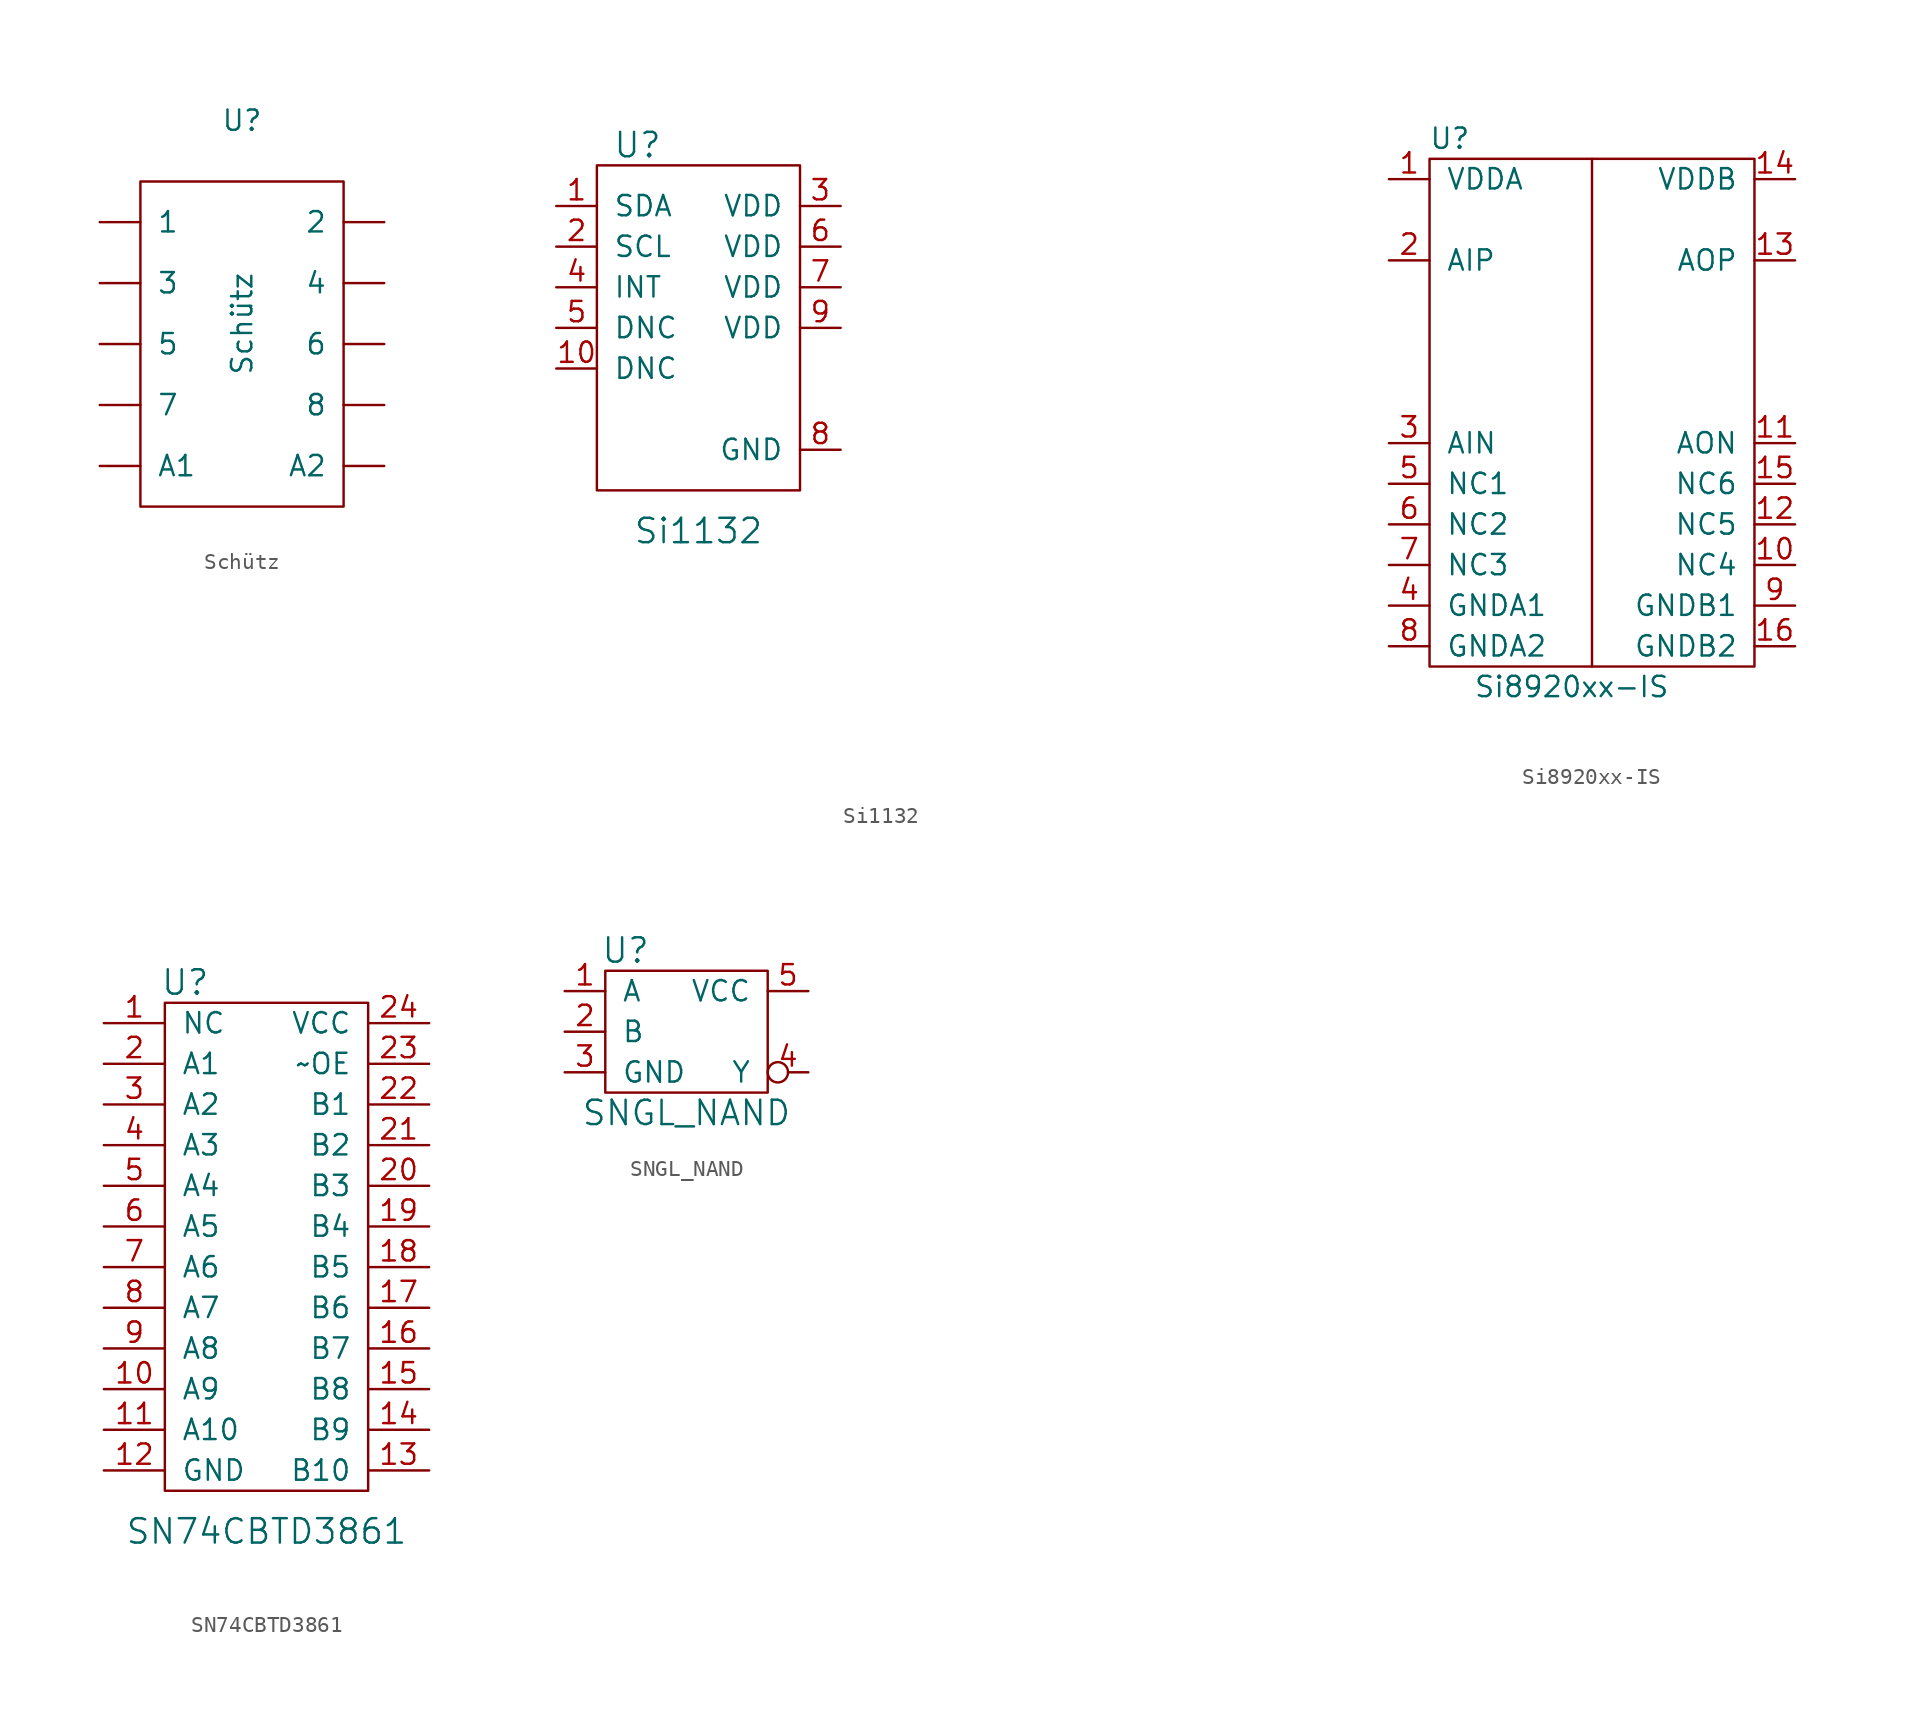
<source format=kicad_sym>
(kicad_symbol_lib
  (version 20210619)
  (generator kicad_symbol_editor)
  (symbol "tinkerforge:Schütz"
    (pin_names
      (offset 1.016))
    (property "Reference" "U"
      (at 0 12.7 0)
      (effects (font (size 1.27 1.27))))
    (property "Value" "Schütz"
      (at 0 0 90)
      (effects (font (size 1.27 1.27))))
    (symbol "Schütz_0_1"
      (rectangle (start -6.35 8.89) (end 6.35 -11.43) (stroke (width 0)) (fill (type none))))
    (symbol "Schütz_1_1"
      (pin output line (at -8.89 6.35 0) (length 2.54) (name "1" (effects (font (size 1.27 1.27)))) (number "~" (effects (font (size 1.27 1.27)))))
      (pin output line (at 8.89 6.35 180) (length 2.54) (name "2" (effects (font (size 1.27 1.27)))) (number "~" (effects (font (size 1.27 1.27)))))
      (pin output line (at -8.89 2.54 0) (length 2.54) (name "3" (effects (font (size 1.27 1.27)))) (number "~" (effects (font (size 1.27 1.27)))))
      (pin output line (at 8.89 2.54 180) (length 2.54) (name "4" (effects (font (size 1.27 1.27)))) (number "~" (effects (font (size 1.27 1.27)))))
      (pin output line (at -8.89 -1.27 0) (length 2.54) (name "5" (effects (font (size 1.27 1.27)))) (number "~" (effects (font (size 1.27 1.27)))))
      (pin output line (at 8.89 -1.27 180) (length 2.54) (name "6" (effects (font (size 1.27 1.27)))) (number "~" (effects (font (size 1.27 1.27)))))
      (pin output line (at -8.89 -5.08 0) (length 2.54) (name "7" (effects (font (size 1.27 1.27)))) (number "~" (effects (font (size 1.27 1.27)))))
      (pin output line (at 8.89 -5.08 180) (length 2.54) (name "8" (effects (font (size 1.27 1.27)))) (number "~" (effects (font (size 1.27 1.27)))))
      (pin output line (at -8.89 -8.89 0) (length 2.54) (name "A1" (effects (font (size 1.27 1.27)))) (number "~" (effects (font (size 1.27 1.27)))))
      (pin output line (at 8.89 -8.89 180) (length 2.54) (name "A2" (effects (font (size 1.27 1.27)))) (number "~" (effects (font (size 1.27 1.27)))))))
  (symbol "tinkerforge:Si1132"
    (pin_names
      (offset 1.016))
    (property "Reference" "U"
      (at -3.81 11.43 0)
      (effects (font (size 1.524 1.524))))
    (property "Value" "Si1132"
      (at 0 -12.7 0)
      (effects (font (size 1.524 1.524))))
    (property "Footprint" ""
      (at 31.75 -25.4 0)
      (effects (font (size 1.524 1.524))))
    (property "Datasheet" ""
      (at 31.75 -25.4 0)
      (effects (font (size 1.524 1.524))))
    (symbol "Si1132_0_1"
      (rectangle (start -6.35 10.16) (end 6.35 -10.16) (stroke (width 0)) (fill (type none))))
    (symbol "Si1132_1_1"
      (pin input line (at -8.89 7.62 0) (length 2.54) (name "SDA" (effects (font (size 1.27 1.27)))) (number "1" (effects (font (size 1.27 1.27)))))
      (pin input line (at -8.89 -2.54 0) (length 2.54) (name "DNC" (effects (font (size 1.27 1.27)))) (number "10" (effects (font (size 1.27 1.27)))))
      (pin input line (at -8.89 5.08 0) (length 2.54) (name "SCL" (effects (font (size 1.27 1.27)))) (number "2" (effects (font (size 1.27 1.27)))))
      (pin input line (at 8.89 7.62 180) (length 2.54) (name "VDD" (effects (font (size 1.27 1.27)))) (number "3" (effects (font (size 1.27 1.27)))))
      (pin input line (at -8.89 2.54 0) (length 2.54) (name "INT" (effects (font (size 1.27 1.27)))) (number "4" (effects (font (size 1.27 1.27)))))
      (pin input line (at -8.89 0 0) (length 2.54) (name "DNC" (effects (font (size 1.27 1.27)))) (number "5" (effects (font (size 1.27 1.27)))))
      (pin input line (at 8.89 5.08 180) (length 2.54) (name "VDD" (effects (font (size 1.27 1.27)))) (number "6" (effects (font (size 1.27 1.27)))))
      (pin input line (at 8.89 2.54 180) (length 2.54) (name "VDD" (effects (font (size 1.27 1.27)))) (number "7" (effects (font (size 1.27 1.27)))))
      (pin input line (at 8.89 -7.62 180) (length 2.54) (name "GND" (effects (font (size 1.27 1.27)))) (number "8" (effects (font (size 1.27 1.27)))))
      (pin input line (at 8.89 0 180) (length 2.54) (name "VDD" (effects (font (size 1.27 1.27)))) (number "9" (effects (font (size 1.27 1.27)))))))
  (symbol "tinkerforge:Si8920xx-IS"
    (pin_names
      (offset 1.016))
    (property "Reference" "U"
      (at -8.89 16.51 0)
      (effects (font (size 1.27 1.27))))
    (property "Value" "Si8920xx-IS"
      (at -1.27 -17.78 0)
      (effects (font (size 1.27 1.27))))
    (symbol "Si8920xx-IS_0_1"
      (rectangle (start -10.16 15.24) (end 10.16 -16.51) (stroke (width 0)) (fill (type none)))
      (polyline (pts (xy 0 15.24) (xy 0 -16.51)) (stroke (width 0)) (fill (type none))))
    (symbol "Si8920xx-IS_1_1"
      (pin passive line (at -12.7 13.97 0) (length 2.54) (name "VDDA" (effects (font (size 1.27 1.27)))) (number "1" (effects (font (size 1.27 1.27)))))
      (pin passive line (at 12.7 -10.16 180) (length 2.54) (name "NC4" (effects (font (size 1.27 1.27)))) (number "10" (effects (font (size 1.27 1.27)))))
      (pin passive line (at 12.7 -2.54 180) (length 2.54) (name "AON" (effects (font (size 1.27 1.27)))) (number "11" (effects (font (size 1.27 1.27)))))
      (pin passive line (at 12.7 -7.62 180) (length 2.54) (name "NC5" (effects (font (size 1.27 1.27)))) (number "12" (effects (font (size 1.27 1.27)))))
      (pin passive line (at 12.7 8.89 180) (length 2.54) (name "AOP" (effects (font (size 1.27 1.27)))) (number "13" (effects (font (size 1.27 1.27)))))
      (pin passive line (at 12.7 13.97 180) (length 2.54) (name "VDDB" (effects (font (size 1.27 1.27)))) (number "14" (effects (font (size 1.27 1.27)))))
      (pin passive line (at 12.7 -5.08 180) (length 2.54) (name "NC6" (effects (font (size 1.27 1.27)))) (number "15" (effects (font (size 1.27 1.27)))))
      (pin passive line (at 12.7 -15.24 180) (length 2.54) (name "GNDB2" (effects (font (size 1.27 1.27)))) (number "16" (effects (font (size 1.27 1.27)))))
      (pin passive line (at -12.7 8.89 0) (length 2.54) (name "AIP" (effects (font (size 1.27 1.27)))) (number "2" (effects (font (size 1.27 1.27)))))
      (pin passive line (at -12.7 -2.54 0) (length 2.54) (name "AIN" (effects (font (size 1.27 1.27)))) (number "3" (effects (font (size 1.27 1.27)))))
      (pin passive line (at -12.7 -12.7 0) (length 2.54) (name "GNDA1" (effects (font (size 1.27 1.27)))) (number "4" (effects (font (size 1.27 1.27)))))
      (pin passive line (at -12.7 -5.08 0) (length 2.54) (name "NC1" (effects (font (size 1.27 1.27)))) (number "5" (effects (font (size 1.27 1.27)))))
      (pin passive line (at -12.7 -7.62 0) (length 2.54) (name "NC2" (effects (font (size 1.27 1.27)))) (number "6" (effects (font (size 1.27 1.27)))))
      (pin passive line (at -12.7 -10.16 0) (length 2.54) (name "NC3" (effects (font (size 1.27 1.27)))) (number "7" (effects (font (size 1.27 1.27)))))
      (pin passive line (at -12.7 -15.24 0) (length 2.54) (name "GNDA2" (effects (font (size 1.27 1.27)))) (number "8" (effects (font (size 1.27 1.27)))))
      (pin passive line (at 12.7 -12.7 180) (length 2.54) (name "GNDB1" (effects (font (size 1.27 1.27)))) (number "9" (effects (font (size 1.27 1.27)))))))
  (symbol "tinkerforge:SN74CBTD3861"
    (pin_names
      (offset 1.016))
    (property "Reference" "U"
      (at -5.08 17.78 0)
      (effects (font (size 1.524 1.524))))
    (property "Value" "SN74CBTD3861"
      (at 0 -16.51 0)
      (effects (font (size 1.524 1.524))))
    (property "Footprint" ""
      (at 0 0 0)
      (effects (font (size 1.524 1.524))))
    (property "Datasheet" ""
      (at 0 0 0)
      (effects (font (size 1.524 1.524))))
    (symbol "SN74CBTD3861_0_1"
      (rectangle (start -6.35 16.51) (end 6.35 -13.97) (stroke (width 0)) (fill (type none))))
    (symbol "SN74CBTD3861_1_1"
      (pin passive line (at -10.16 15.24 0) (length 3.81) (name "NC" (effects (font (size 1.27 1.27)))) (number "1" (effects (font (size 1.27 1.27)))))
      (pin passive line (at -10.16 -7.62 0) (length 3.81) (name "A9" (effects (font (size 1.27 1.27)))) (number "10" (effects (font (size 1.27 1.27)))))
      (pin passive line (at -10.16 -10.16 0) (length 3.81) (name "A10" (effects (font (size 1.27 1.27)))) (number "11" (effects (font (size 1.27 1.27)))))
      (pin passive line (at -10.16 -12.7 0) (length 3.81) (name "GND" (effects (font (size 1.27 1.27)))) (number "12" (effects (font (size 1.27 1.27)))))
      (pin passive line (at 10.16 -12.7 180) (length 3.81) (name "B10" (effects (font (size 1.27 1.27)))) (number "13" (effects (font (size 1.27 1.27)))))
      (pin passive line (at 10.16 -10.16 180) (length 3.81) (name "B9" (effects (font (size 1.27 1.27)))) (number "14" (effects (font (size 1.27 1.27)))))
      (pin passive line (at 10.16 -7.62 180) (length 3.81) (name "B8" (effects (font (size 1.27 1.27)))) (number "15" (effects (font (size 1.27 1.27)))))
      (pin passive line (at 10.16 -5.08 180) (length 3.81) (name "B7" (effects (font (size 1.27 1.27)))) (number "16" (effects (font (size 1.27 1.27)))))
      (pin passive line (at 10.16 -2.54 180) (length 3.81) (name "B6" (effects (font (size 1.27 1.27)))) (number "17" (effects (font (size 1.27 1.27)))))
      (pin passive line (at 10.16 0 180) (length 3.81) (name "B5" (effects (font (size 1.27 1.27)))) (number "18" (effects (font (size 1.27 1.27)))))
      (pin passive line (at 10.16 2.54 180) (length 3.81) (name "B4" (effects (font (size 1.27 1.27)))) (number "19" (effects (font (size 1.27 1.27)))))
      (pin passive line (at -10.16 12.7 0) (length 3.81) (name "A1" (effects (font (size 1.27 1.27)))) (number "2" (effects (font (size 1.27 1.27)))))
      (pin passive line (at 10.16 5.08 180) (length 3.81) (name "B3" (effects (font (size 1.27 1.27)))) (number "20" (effects (font (size 1.27 1.27)))))
      (pin passive line (at 10.16 7.62 180) (length 3.81) (name "B2" (effects (font (size 1.27 1.27)))) (number "21" (effects (font (size 1.27 1.27)))))
      (pin passive line (at 10.16 10.16 180) (length 3.81) (name "B1" (effects (font (size 1.27 1.27)))) (number "22" (effects (font (size 1.27 1.27)))))
      (pin passive line (at 10.16 12.7 180) (length 3.81) (name "~OE" (effects (font (size 1.27 1.27)))) (number "23" (effects (font (size 1.27 1.27)))))
      (pin passive line (at 10.16 15.24 180) (length 3.81) (name "VCC" (effects (font (size 1.27 1.27)))) (number "24" (effects (font (size 1.27 1.27)))))
      (pin passive line (at -10.16 10.16 0) (length 3.81) (name "A2" (effects (font (size 1.27 1.27)))) (number "3" (effects (font (size 1.27 1.27)))))
      (pin passive line (at -10.16 7.62 0) (length 3.81) (name "A3" (effects (font (size 1.27 1.27)))) (number "4" (effects (font (size 1.27 1.27)))))
      (pin passive line (at -10.16 5.08 0) (length 3.81) (name "A4" (effects (font (size 1.27 1.27)))) (number "5" (effects (font (size 1.27 1.27)))))
      (pin passive line (at -10.16 2.54 0) (length 3.81) (name "A5" (effects (font (size 1.27 1.27)))) (number "6" (effects (font (size 1.27 1.27)))))
      (pin passive line (at -10.16 0 0) (length 3.81) (name "A6" (effects (font (size 1.27 1.27)))) (number "7" (effects (font (size 1.27 1.27)))))
      (pin passive line (at -10.16 -2.54 0) (length 3.81) (name "A7" (effects (font (size 1.27 1.27)))) (number "8" (effects (font (size 1.27 1.27)))))
      (pin passive line (at -10.16 -5.08 0) (length 3.81) (name "A8" (effects (font (size 1.27 1.27)))) (number "9" (effects (font (size 1.27 1.27)))))))
  (symbol "tinkerforge:SNGL_NAND"
    (pin_names
      (offset 1.016))
    (property "Reference" "U"
      (at -3.81 5.08 0)
      (effects (font (size 1.524 1.524))))
    (property "Value" "SNGL_NAND"
      (at 0 -5.08 0)
      (effects (font (size 1.524 1.524))))
    (property "Footprint" ""
      (at 3.81 6.35 0)
      (effects (font (size 1.524 1.524))))
    (property "Datasheet" ""
      (at 3.81 6.35 0)
      (effects (font (size 1.524 1.524))))
    (symbol "SNGL_NAND_0_1"
      (rectangle (start -5.08 3.81) (end 5.08 -3.81) (stroke (width 0)) (fill (type none))))
    (symbol "SNGL_NAND_1_1"
      (pin input line (at -7.62 2.54 0) (length 2.54) (name "A" (effects (font (size 1.27 1.27)))) (number "1" (effects (font (size 1.27 1.27)))))
      (pin input line (at -7.62 0 0) (length 2.54) (name "B" (effects (font (size 1.27 1.27)))) (number "2" (effects (font (size 1.27 1.27)))))
      (pin passive line (at -7.62 -2.54 0) (length 2.54) (name "GND" (effects (font (size 1.27 1.27)))) (number "3" (effects (font (size 1.27 1.27)))))
      (pin output inverted (at 7.62 -2.54 180) (length 2.54) (name "Y" (effects (font (size 1.27 1.27)))) (number "4" (effects (font (size 1.27 1.27)))))
      (pin passive line (at 7.62 2.54 180) (length 2.54) (name "VCC" (effects (font (size 1.27 1.27)))) (number "5" (effects (font (size 1.27 1.27))))))))
</source>
